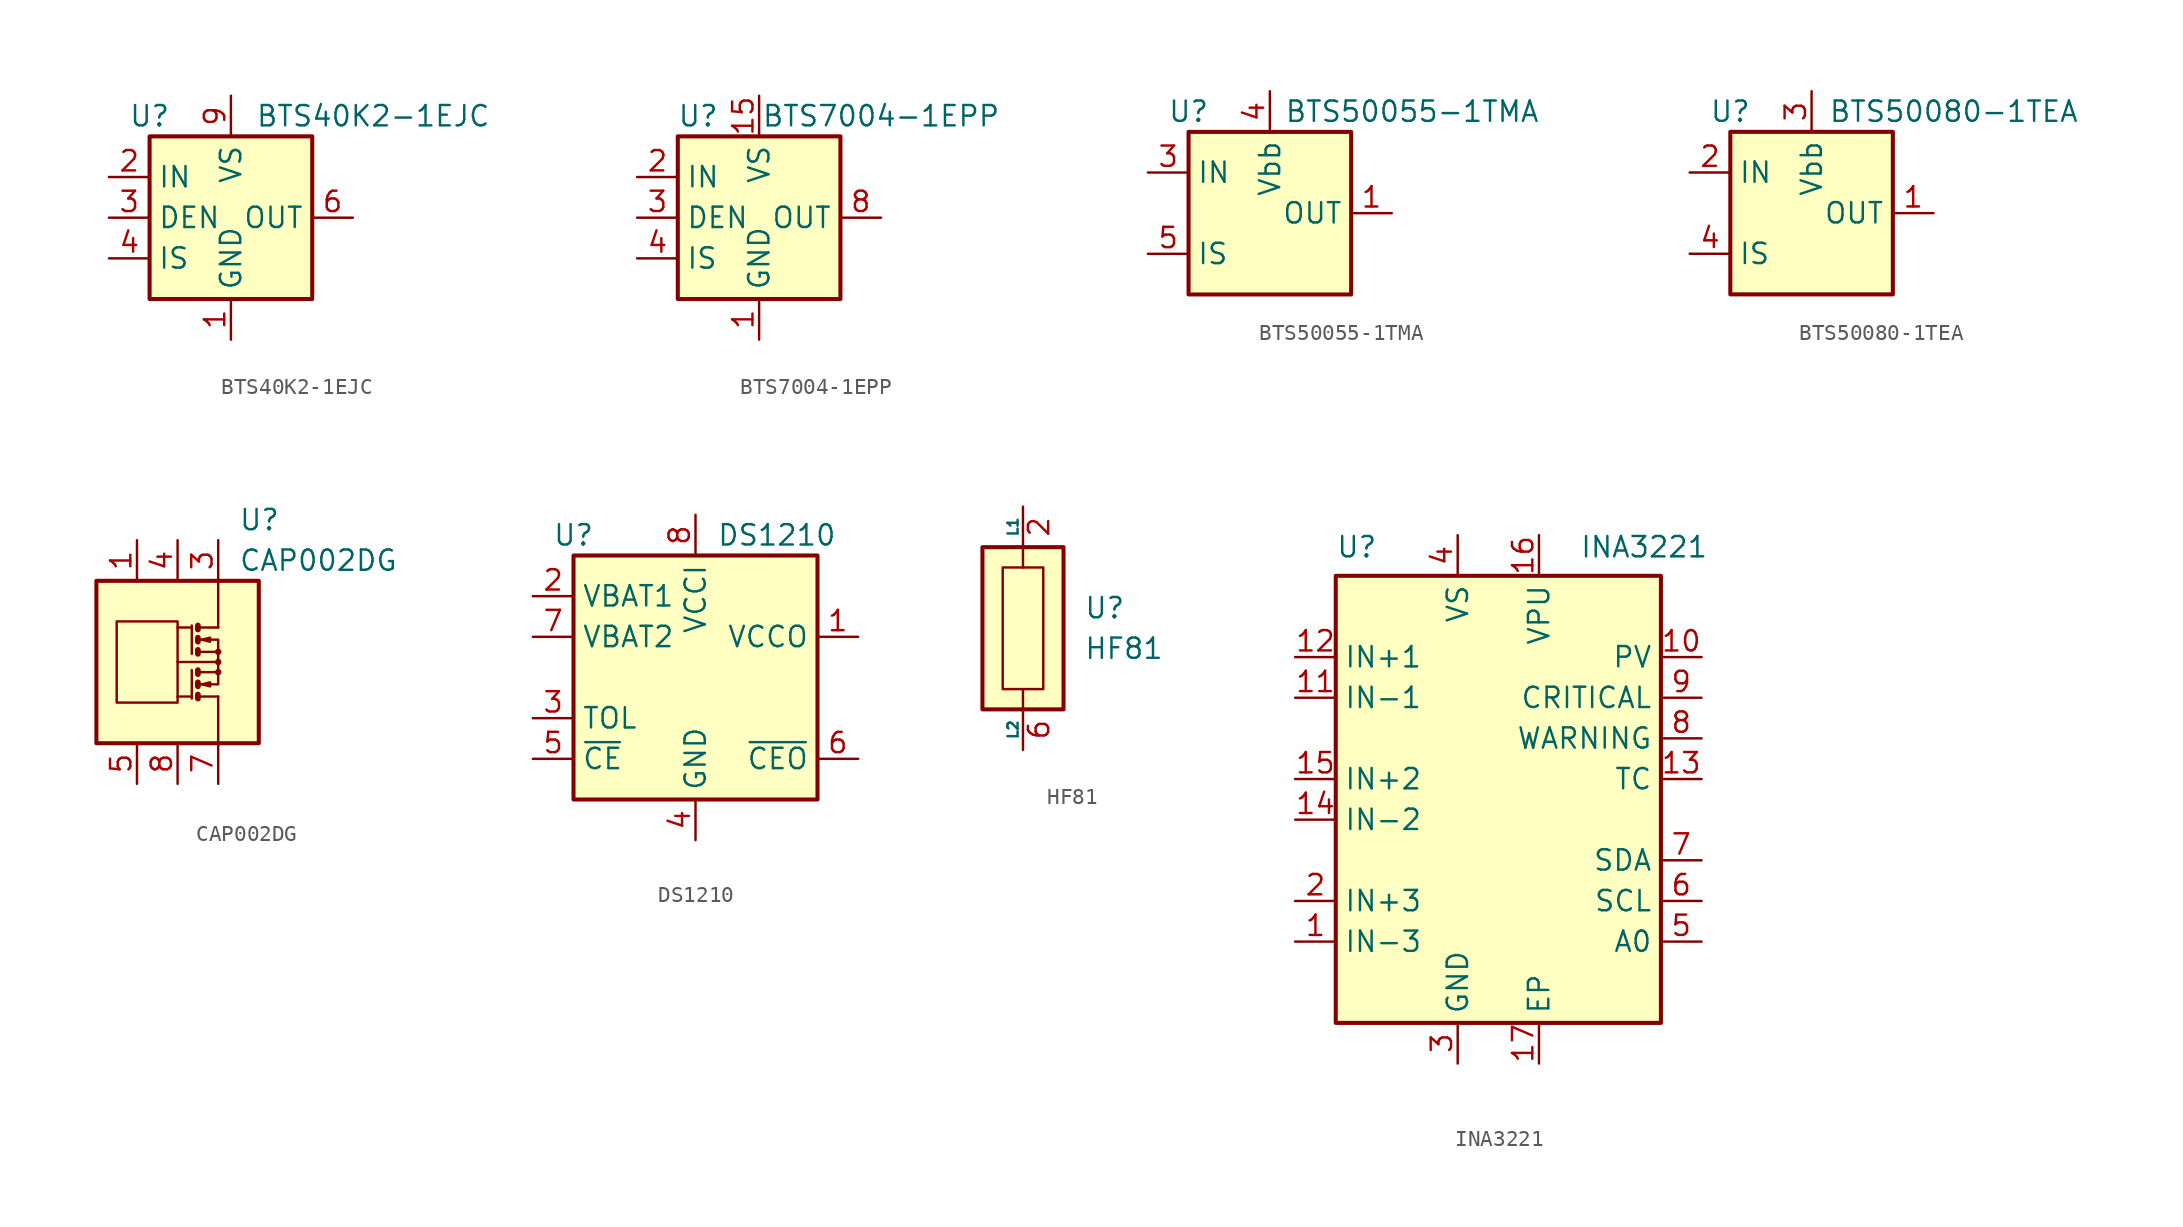
<source format=kicad_sym>
(kicad_symbol_lib
  (version 20211014)
  (generator kicad_symbol_editor)
  (symbol "BTS40K2-1EJC"
    (property "Reference" "U"
      (at -5.08 6.35 0)
      (effects (font (size 1.27 1.27))))
    (property "Value" "BTS40K2-1EJC"
      (at 8.89 6.35 0)
      (effects (font (size 1.27 1.27))))
    (symbol "BTS40K2-1EJC_0_1"
      (rectangle (start -5.08 5.08) (end 5.08 -5.08) (stroke (width 0.254) (type default) (color 0 0 0 0)) (fill (type background))))
    (symbol "BTS40K2-1EJC_1_1"
      (pin power_in line (at 0 -7.62 90) (length 2.54) (name "GND" (effects (font (size 1.27 1.27)))) (number "1" (effects (font (size 1.27 1.27)))))
      (pin input line (at -7.62 2.54 0) (length 2.54) (name "IN" (effects (font (size 1.27 1.27)))) (number "2" (effects (font (size 1.27 1.27)))))
      (pin input line (at -7.62 0 0) (length 2.54) (name "DEN" (effects (font (size 1.27 1.27)))) (number "3" (effects (font (size 1.27 1.27)))))
      (pin output line (at -7.62 -2.54 0) (length 2.54) (name "IS" (effects (font (size 1.27 1.27)))) (number "4" (effects (font (size 1.27 1.27)))))
      (pin no_connect line (at 5.08 2.54 180) (length 2.54) hide (name "NC" (effects (font (size 1.27 1.27)))) (number "5" (effects (font (size 1.27 1.27)))))
      (pin power_out line (at 7.62 0 180) (length 2.54) (name "OUT" (effects (font (size 1.27 1.27)))) (number "6" (effects (font (size 1.27 1.27)))))
      (pin passive line (at 7.62 0 180) (length 2.54) hide (name "OUT" (effects (font (size 1.27 1.27)))) (number "7" (effects (font (size 1.27 1.27)))))
      (pin passive line (at 7.62 0 180) (length 2.54) hide (name "OUT" (effects (font (size 1.27 1.27)))) (number "8" (effects (font (size 1.27 1.27)))))
      (pin power_in line (at 0 7.62 270) (length 2.54) (name "VS" (effects (font (size 1.27 1.27)))) (number "9" (effects (font (size 1.27 1.27)))))))
  (symbol "BTS7004-1EPP"
    (property "Reference" "U"
      (at -3.81 6.35 0)
      (effects (font (size 1.27 1.27))))
    (property "Value" "BTS7004-1EPP"
      (at 7.62 6.35 0)
      (effects (font (size 1.27 1.27))))
    (symbol "BTS7004-1EPP_0_1"
      (rectangle (start -5.08 5.08) (end 5.08 -5.08) (stroke (width 0.254) (type default) (color 0 0 0 0)) (fill (type background))))
    (symbol "BTS7004-1EPP_1_1"
      (pin power_in line (at 0 -7.62 90) (length 2.54) (name "GND" (effects (font (size 1.27 1.27)))) (number "1" (effects (font (size 1.27 1.27)))))
      (pin passive line (at 7.62 0 180) (length 2.54) hide (name "OUT" (effects (font (size 1.27 1.27)))) (number "10" (effects (font (size 1.27 1.27)))))
      (pin no_connect line (at 5.08 -5.08 180) (length 2.54) hide (name "NC" (effects (font (size 1.27 1.27)))) (number "11" (effects (font (size 1.27 1.27)))))
      (pin passive line (at 7.62 0 180) (length 2.54) hide (name "OUT" (effects (font (size 1.27 1.27)))) (number "12" (effects (font (size 1.27 1.27)))))
      (pin passive line (at 7.62 0 180) (length 2.54) hide (name "OUT" (effects (font (size 1.27 1.27)))) (number "13" (effects (font (size 1.27 1.27)))))
      (pin passive line (at 7.62 0 180) (length 2.54) hide (name "OUT" (effects (font (size 1.27 1.27)))) (number "14" (effects (font (size 1.27 1.27)))))
      (pin power_in line (at 0 7.62 270) (length 2.54) (name "VS" (effects (font (size 1.27 1.27)))) (number "15" (effects (font (size 1.27 1.27)))))
      (pin input line (at -7.62 2.54 0) (length 2.54) (name "IN" (effects (font (size 1.27 1.27)))) (number "2" (effects (font (size 1.27 1.27)))))
      (pin input line (at -7.62 0 0) (length 2.54) (name "DEN" (effects (font (size 1.27 1.27)))) (number "3" (effects (font (size 1.27 1.27)))))
      (pin output line (at -7.62 -2.54 0) (length 2.54) (name "IS" (effects (font (size 1.27 1.27)))) (number "4" (effects (font (size 1.27 1.27)))))
      (pin no_connect line (at 5.08 5.08 180) (length 2.54) hide (name "NC" (effects (font (size 1.27 1.27)))) (number "5" (effects (font (size 1.27 1.27)))))
      (pin no_connect line (at 5.08 2.54 180) (length 2.54) hide (name "NC" (effects (font (size 1.27 1.27)))) (number "6" (effects (font (size 1.27 1.27)))))
      (pin no_connect line (at 5.08 -2.54 180) (length 2.54) hide (name "NC" (effects (font (size 1.27 1.27)))) (number "7" (effects (font (size 1.27 1.27)))))
      (pin power_out line (at 7.62 0 180) (length 2.54) (name "OUT" (effects (font (size 1.27 1.27)))) (number "8" (effects (font (size 1.27 1.27)))))
      (pin passive line (at 7.62 0 180) (length 2.54) hide (name "OUT" (effects (font (size 1.27 1.27)))) (number "9" (effects (font (size 1.27 1.27)))))))
  (symbol "BTS50055-1TMA"
    (property "Reference" "U"
      (at -5.08 6.35 0)
      (effects (font (size 1.27 1.27))))
    (property "Value" "BTS50055-1TMA"
      (at 8.89 6.35 0)
      (effects (font (size 1.27 1.27))))
    (symbol "BTS50055-1TMA_0_1"
      (rectangle (start -5.08 5.08) (end 5.08 -5.08) (stroke (width 0.254) (type default) (color 0 0 0 0)) (fill (type background))))
    (symbol "BTS50055-1TMA_1_1"
      (pin power_out line (at 7.62 0 180) (length 2.54) (name "OUT" (effects (font (size 1.27 1.27)))) (number "1" (effects (font (size 1.27 1.27)))))
      (pin passive line (at 7.62 0 180) (length 2.54) hide (name "OUT" (effects (font (size 1.27 1.27)))) (number "2" (effects (font (size 1.27 1.27)))))
      (pin input line (at -7.62 2.54 0) (length 2.54) (name "IN" (effects (font (size 1.27 1.27)))) (number "3" (effects (font (size 1.27 1.27)))))
      (pin power_in line (at 0 7.62 270) (length 2.54) (name "Vbb" (effects (font (size 1.27 1.27)))) (number "4" (effects (font (size 1.27 1.27)))))
      (pin output line (at -7.62 -2.54 0) (length 2.54) (name "IS" (effects (font (size 1.27 1.27)))) (number "5" (effects (font (size 1.27 1.27)))))
      (pin passive line (at 7.62 0 180) (length 2.54) hide (name "OUT" (effects (font (size 1.27 1.27)))) (number "6" (effects (font (size 1.27 1.27)))))
      (pin passive line (at 7.62 0 180) (length 2.54) hide (name "OUT" (effects (font (size 1.27 1.27)))) (number "7" (effects (font (size 1.27 1.27)))))))
  (symbol "BTS50080-1TEA"
    (property "Reference" "U"
      (at -5.08 6.35 0)
      (effects (font (size 1.27 1.27))))
    (property "Value" "BTS50080-1TEA"
      (at 8.89 6.35 0)
      (effects (font (size 1.27 1.27))))
    (symbol "BTS50080-1TEA_0_1"
      (rectangle (start -5.08 5.08) (end 5.08 -5.08) (stroke (width 0.254) (type default) (color 0 0 0 0)) (fill (type background))))
    (symbol "BTS50080-1TEA_1_1"
      (pin power_out line (at 7.62 0 180) (length 2.54) (name "OUT" (effects (font (size 1.27 1.27)))) (number "1" (effects (font (size 1.27 1.27)))))
      (pin input line (at -7.62 2.54 0) (length 2.54) (name "IN" (effects (font (size 1.27 1.27)))) (number "2" (effects (font (size 1.27 1.27)))))
      (pin power_in line (at 0 7.62 270) (length 2.54) (name "Vbb" (effects (font (size 1.27 1.27)))) (number "3" (effects (font (size 1.27 1.27)))))
      (pin output line (at -7.62 -2.54 0) (length 2.54) (name "IS" (effects (font (size 1.27 1.27)))) (number "4" (effects (font (size 1.27 1.27)))))
      (pin passive line (at 7.62 0 180) (length 2.54) hide (name "OUT" (effects (font (size 1.27 1.27)))) (number "5" (effects (font (size 1.27 1.27)))))))
  (symbol "CAP002DG"
    (pin_names
      (offset 1.27))
    (property "Reference" "U"
      (at 3.81 8.89 0)
      (effects (font (size 1.27 1.27)) (justify left)))
    (property "Value" "CAP002DG"
      (at 3.81 6.35 0)
      (effects (font (size 1.27 1.27)) (justify left)))
    (symbol "CAP002DG_0_1"
      (rectangle (start -5.08 5.08) (end 5.08 -5.08) (stroke (width 0.254) (type default) (color 0 0 0 0)) (fill (type background)))
      (rectangle (start -3.81 2.54) (end 0 -2.54) (stroke (width 0) (type default) (color 0 0 0 0)) (fill (type none)))
      (polyline (pts (xy 0.889 -2.159) (xy 0 -2.159)) (stroke (width 0) (type default) (color 0 0 0 0)) (fill (type none)))
      (polyline (pts (xy 0.889 -0.508) (xy 0.889 -2.286)) (stroke (width 0) (type default) (color 0 0 0 0)) (fill (type none)))
      (polyline (pts (xy 0.889 2.159) (xy 0 2.159)) (stroke (width 0) (type default) (color 0 0 0 0)) (fill (type none)))
      (polyline (pts (xy 0.889 2.286) (xy 0.889 0.508)) (stroke (width 0) (type default) (color 0 0 0 0)) (fill (type none)))
      (polyline (pts (xy 1.27 -2.159) (xy 2.54 -2.159)) (stroke (width 0) (type default) (color 0 0 0 0)) (fill (type none)))
      (polyline (pts (xy 1.27 2.159) (xy 2.54 2.159)) (stroke (width 0) (type default) (color 0 0 0 0)) (fill (type none)))
      (polyline (pts (xy 2.413 0) (xy 0 0)) (stroke (width 0) (type default) (color 0 0 0 0)) (fill (type none)))
      (polyline (pts (xy 2.54 -2.159) (xy 2.54 -5.08)) (stroke (width 0) (type default) (color 0 0 0 0)) (fill (type none)))
      (polyline (pts (xy 1.27 -2.032) (xy 1.27 -2.286) (xy 1.27 -2.286)) (stroke (width 0.356) (type default) (color 0 0 0 0)) (fill (type none)))
      (polyline (pts (xy 1.27 -1.27) (xy 1.27 -1.524) (xy 1.27 -1.524)) (stroke (width 0.356) (type default) (color 0 0 0 0)) (fill (type none)))
      (polyline (pts (xy 1.27 0.762) (xy 1.27 0.508) (xy 1.27 0.508)) (stroke (width 0.356) (type default) (color 0 0 0 0)) (fill (type none)))
      (polyline (pts (xy 1.27 1.524) (xy 1.27 1.27) (xy 1.27 1.27)) (stroke (width 0.356) (type default) (color 0 0 0 0)) (fill (type none)))
      (polyline (pts (xy 1.27 2.286) (xy 1.27 2.032) (xy 1.27 2.032)) (stroke (width 0.356) (type default) (color 0 0 0 0)) (fill (type none)))
      (polyline (pts (xy 1.397 -1.397) (xy 2.54 -1.397) (xy 2.54 -0.635)) (stroke (width 0) (type default) (color 0 0 0 0)) (fill (type none)))
      (polyline (pts (xy 1.397 1.397) (xy 2.54 1.397) (xy 2.54 0.635)) (stroke (width 0) (type default) (color 0 0 0 0)) (fill (type none)))
      (polyline (pts (xy 2.54 2.159) (xy 2.54 5.08) (xy 2.54 3.175)) (stroke (width 0) (type default) (color 0 0 0 0)) (fill (type none)))
      (polyline (pts (xy 1.397 -0.635) (xy 2.54 -0.635) (xy 2.54 0.635) (xy 1.397 0.635)) (stroke (width 0) (type default) (color 0 0 0 0)) (fill (type none)))
      (polyline (pts (xy 1.524 -1.397) (xy 2.032 -1.27) (xy 2.032 -1.524) (xy 1.524 -1.397)) (stroke (width 0) (type default) (color 0 0 0 0)) (fill (type none)))
      (polyline (pts (xy 1.524 1.397) (xy 2.032 1.524) (xy 2.032 1.27) (xy 1.524 1.397)) (stroke (width 0) (type default) (color 0 0 0 0)) (fill (type none)))
      (circle (center 2.54 -0.635) (radius 0.127) (stroke (width 0) (type default) (color 0 0 0 0)) (fill (type none)))
      (circle (center 2.54 0) (radius 0.127) (stroke (width 0) (type default) (color 0 0 0 0)) (fill (type none)))
      (circle (center 2.54 0.635) (radius 0.127) (stroke (width 0) (type default) (color 0 0 0 0)) (fill (type none))))
    (symbol "CAP002DG_1_1"
      (polyline (pts (xy 1.27 -0.508) (xy 1.27 -0.762)) (stroke (width 0.356) (type default) (color 0 0 0 0)) (fill (type none)))
      (pin passive line (at -2.54 7.62 270) (length 2.54) (name "~" (effects (font (size 1.27 1.27)))) (number "1" (effects (font (size 1.27 1.27)))))
      (pin passive line (at 2.54 7.62 270) (length 2.54) hide (name "~" (effects (font (size 1.27 1.27)))) (number "2" (effects (font (size 1.27 1.27)))))
      (pin passive line (at 2.54 7.62 270) (length 2.54) (name "~" (effects (font (size 1.27 1.27)))) (number "3" (effects (font (size 1.27 1.27)))))
      (pin passive line (at 0 7.62 270) (length 2.54) (name "~" (effects (font (size 1.27 1.27)))) (number "4" (effects (font (size 1.27 1.27)))))
      (pin passive line (at -2.54 -7.62 90) (length 2.54) (name "~" (effects (font (size 1.27 1.27)))) (number "5" (effects (font (size 1.27 1.27)))))
      (pin passive line (at 2.54 -7.62 90) (length 2.54) hide (name "~" (effects (font (size 1.27 1.27)))) (number "6" (effects (font (size 1.27 1.27)))))
      (pin passive line (at 2.54 -7.62 90) (length 2.54) (name "~" (effects (font (size 1.27 1.27)))) (number "7" (effects (font (size 1.27 1.27)))))
      (pin passive line (at 0 -7.62 90) (length 2.54) (name "~" (effects (font (size 1.27 1.27)))) (number "8" (effects (font (size 1.27 1.27)))))))
  (symbol "DS1210"
    (property "Reference" "U"
      (at -7.62 8.89 0)
      (effects (font (size 1.27 1.27))))
    (property "Value" "DS1210"
      (at 5.08 8.89 0)
      (effects (font (size 1.27 1.27))))
    (symbol "DS1210_0_1"
      (rectangle (start -7.62 7.62) (end 7.62 -7.62) (stroke (width 0.254) (type default) (color 0 0 0 0)) (fill (type background))))
    (symbol "DS1210_1_1"
      (pin power_out line (at 10.16 2.54 180) (length 2.54) (name "VCCO" (effects (font (size 1.27 1.27)))) (number "1" (effects (font (size 1.27 1.27)))))
      (pin power_in line (at -10.16 5.08 0) (length 2.54) (name "VBAT1" (effects (font (size 1.27 1.27)))) (number "2" (effects (font (size 1.27 1.27)))))
      (pin input line (at -10.16 -2.54 0) (length 2.54) (name "TOL" (effects (font (size 1.27 1.27)))) (number "3" (effects (font (size 1.27 1.27)))))
      (pin power_in line (at 0 -10.16 90) (length 2.54) (name "GND" (effects (font (size 1.27 1.27)))) (number "4" (effects (font (size 1.27 1.27)))))
      (pin input line (at -10.16 -5.08 0) (length 2.54) (name "~{CE}" (effects (font (size 1.27 1.27)))) (number "5" (effects (font (size 1.27 1.27)))))
      (pin output line (at 10.16 -5.08 180) (length 2.54) (name "~{CEO}" (effects (font (size 1.27 1.27)))) (number "6" (effects (font (size 1.27 1.27)))))
      (pin power_in line (at -10.16 2.54 0) (length 2.54) (name "VBAT2" (effects (font (size 1.27 1.27)))) (number "7" (effects (font (size 1.27 1.27)))))
      (pin power_in line (at 0 10.16 270) (length 2.54) (name "VCCI" (effects (font (size 1.27 1.27)))) (number "8" (effects (font (size 1.27 1.27)))))))
  (symbol "HF81"
    (pin_names
      (offset 0))
    (property "Reference" "U"
      (at 3.81 1.27 0)
      (effects (font (size 1.27 1.27)) (justify left)))
    (property "Value" "HF81"
      (at 3.81 -1.27 0)
      (effects (font (size 1.27 1.27)) (justify left)))
    (symbol "HF81_0_1"
      (rectangle (start -2.54 5.08) (end 2.54 -5.08) (stroke (width 0.254) (type default) (color 0 0 0 0)) (fill (type background)))
      (rectangle (start -1.27 3.81) (end 1.27 -3.81) (stroke (width 0) (type default) (color 0 0 0 0)) (fill (type none)))
      (polyline (pts (xy 0 -3.81) (xy 0 -5.08)) (stroke (width 0) (type default) (color 0 0 0 0)) (fill (type none)))
      (polyline (pts (xy 0 5.08) (xy 0 3.81)) (stroke (width 0) (type default) (color 0 0 0 0)) (fill (type none))))
    (symbol "HF81_1_1"
      (pin no_connect line (at -2.54 5.08 0) (length 2.54) hide (name "NC" (effects (font (size 1.27 1.27)))) (number "1" (effects (font (size 1.27 1.27)))))
      (pin passive line (at 0 7.62 270) (length 2.54) (name "L1" (effects (font (size 0.635 0.635)))) (number "2" (effects (font (size 1.27 1.27)))))
      (pin passive line (at 0 7.62 270) (length 2.54) hide (name "L1" (effects (font (size 0.635 0.635)))) (number "3" (effects (font (size 1.27 1.27)))))
      (pin no_connect line (at -2.54 2.54 0) (length 2.54) hide (name "NC" (effects (font (size 1.27 1.27)))) (number "4" (effects (font (size 1.27 1.27)))))
      (pin no_connect line (at -2.54 -2.54 0) (length 2.54) hide (name "NC" (effects (font (size 1.27 1.27)))) (number "5" (effects (font (size 1.27 1.27)))))
      (pin passive line (at 0 -7.62 90) (length 2.54) (name "L2" (effects (font (size 0.635 0.635)))) (number "6" (effects (font (size 1.27 1.27)))))
      (pin passive line (at 0 -7.62 90) (length 2.54) hide (name "L2" (effects (font (size 0.635 0.635)))) (number "7" (effects (font (size 1.27 1.27)))))
      (pin no_connect line (at -2.54 -5.08 0) (length 2.54) hide (name "NC" (effects (font (size 1.27 1.27)))) (number "8" (effects (font (size 1.27 1.27)))))))
  (symbol "INA3221"
    (property "Reference" "U"
      (at -10.16 17.78 0)
      (effects (font (size 1.27 1.27)) (justify left top)))
    (property "Value" "INA3221"
      (at 5.08 17.78 0)
      (effects (font (size 1.27 1.27)) (justify left top)))
    (symbol "INA3221_0_1"
      (rectangle (start 10.16 -12.7) (end -10.16 15.24) (stroke (width 0.254) (type default) (color 0 0 0 0)) (fill (type background))))
    (symbol "INA3221_1_1"
      (pin input line (at -12.7 -7.62 0) (length 2.54) (name "IN-3" (effects (font (size 1.27 1.27)))) (number "1" (effects (font (size 1.27 1.27)))))
      (pin open_collector line (at 12.7 10.16 180) (length 2.54) (name "PV" (effects (font (size 1.27 1.27)))) (number "10" (effects (font (size 1.27 1.27)))))
      (pin input line (at -12.7 7.62 0) (length 2.54) (name "IN-1" (effects (font (size 1.27 1.27)))) (number "11" (effects (font (size 1.27 1.27)))))
      (pin input line (at -12.7 10.16 0) (length 2.54) (name "IN+1" (effects (font (size 1.27 1.27)))) (number "12" (effects (font (size 1.27 1.27)))))
      (pin open_collector line (at 12.7 2.54 180) (length 2.54) (name "TC" (effects (font (size 1.27 1.27)))) (number "13" (effects (font (size 1.27 1.27)))))
      (pin input line (at -12.7 0 0) (length 2.54) (name "IN-2" (effects (font (size 1.27 1.27)))) (number "14" (effects (font (size 1.27 1.27)))))
      (pin input line (at -12.7 2.54 0) (length 2.54) (name "IN+2" (effects (font (size 1.27 1.27)))) (number "15" (effects (font (size 1.27 1.27)))))
      (pin power_in line (at 2.54 17.78 270) (length 2.54) (name "VPU" (effects (font (size 1.27 1.27)))) (number "16" (effects (font (size 1.27 1.27)))))
      (pin passive line (at 2.54 -15.24 90) (length 2.54) (name "EP" (effects (font (size 1.27 1.27)))) (number "17" (effects (font (size 1.27 1.27)))))
      (pin input line (at -12.7 -5.08 0) (length 2.54) (name "IN+3" (effects (font (size 1.27 1.27)))) (number "2" (effects (font (size 1.27 1.27)))))
      (pin power_in line (at -2.54 -15.24 90) (length 2.54) (name "GND" (effects (font (size 1.27 1.27)))) (number "3" (effects (font (size 1.27 1.27)))))
      (pin power_in line (at -2.54 17.78 270) (length 2.54) (name "VS" (effects (font (size 1.27 1.27)))) (number "4" (effects (font (size 1.27 1.27)))))
      (pin input line (at 12.7 -7.62 180) (length 2.54) (name "A0" (effects (font (size 1.27 1.27)))) (number "5" (effects (font (size 1.27 1.27)))))
      (pin input line (at 12.7 -5.08 180) (length 2.54) (name "SCL" (effects (font (size 1.27 1.27)))) (number "6" (effects (font (size 1.27 1.27)))))
      (pin bidirectional line (at 12.7 -2.54 180) (length 2.54) (name "SDA" (effects (font (size 1.27 1.27)))) (number "7" (effects (font (size 1.27 1.27)))))
      (pin open_collector line (at 12.7 5.08 180) (length 2.54) (name "WARNING" (effects (font (size 1.27 1.27)))) (number "8" (effects (font (size 1.27 1.27)))))
      (pin open_collector line (at 12.7 7.62 180) (length 2.54) (name "CRITICAL" (effects (font (size 1.27 1.27)))) (number "9" (effects (font (size 1.27 1.27))))))))
</source>
